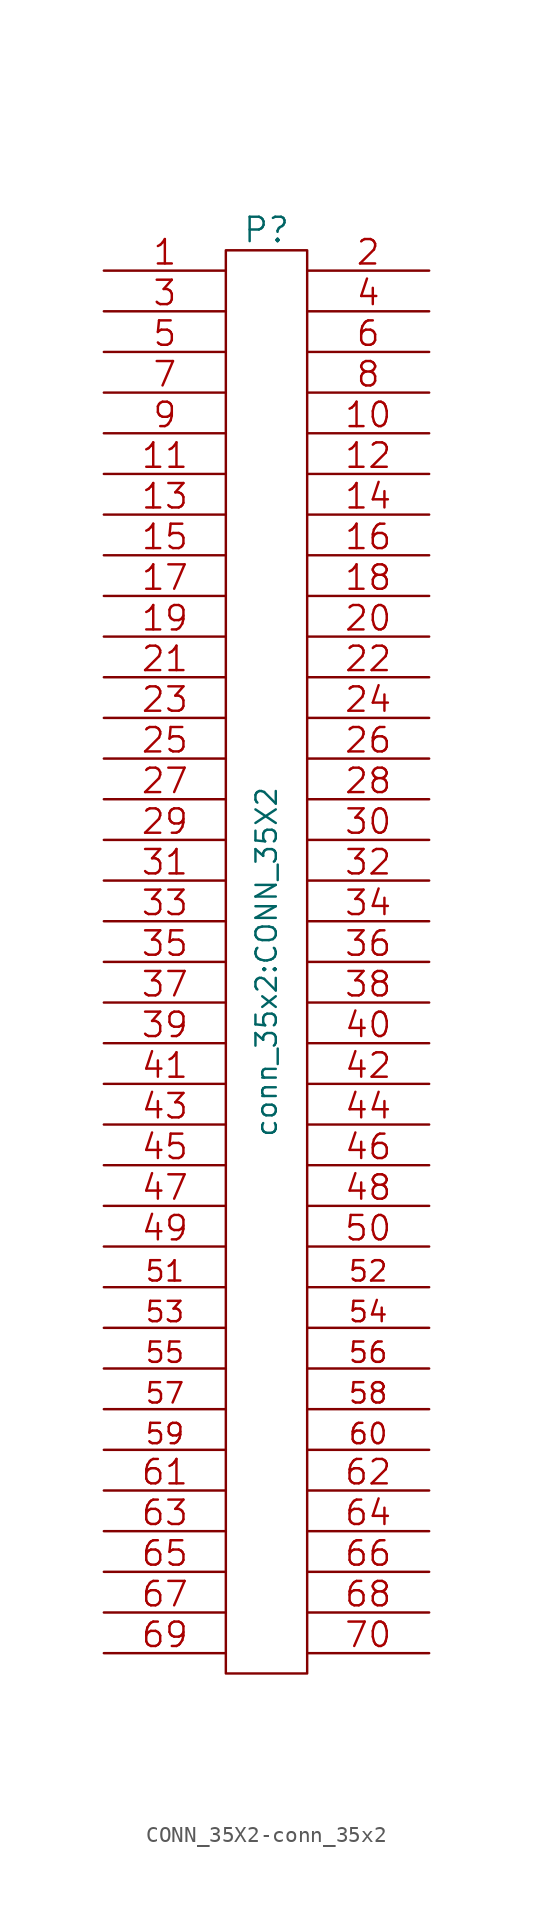
<source format=kicad_sym>
(kicad_symbol_lib
  (version 20241209)
  (generator "kicad_symbol_editor")
  (generator_version "9.0")
  (symbol "CONN_35X2-conn_35x2"
    (pin_names
      (offset 0.254)
      (hide yes))
    (property "Reference" "P"
      (at 0 45.72 0)
      (effects (font (size 1.524 1.524))))
    (property "Value" "conn_35x2:CONN_35X2"
      (at 0 0 90)
      (effects (font (size 1.27 1.27))))
    (property "Footprint" ""
      (at 0 6.35 0)
      (effects (font (size 1.524 1.524))))
    (property "Datasheet" ""
      (at 0 6.35 0)
      (effects (font (size 1.524 1.524))))
    (symbol "CONN_35X2-conn_35x2_0_1"
      (rectangle (start -2.54 -44.45) (end 2.54 44.45) (stroke (width 0) (type solid)) (fill (type none))))
    (symbol "CONN_35X2-conn_35x2_1_1"
      (pin passive line (at -10.16 43.18 0) (length 7.62) (name "P1" (effects (font (size 0.762 0.762)))) (number "1" (effects (font (size 1.524 1.524)))))
      (pin passive line (at -10.16 40.64 0) (length 7.62) (name "P3" (effects (font (size 0.762 0.762)))) (number "3" (effects (font (size 1.524 1.524)))))
      (pin passive line (at -10.16 38.1 0) (length 7.62) (name "P5" (effects (font (size 0.762 0.762)))) (number "5" (effects (font (size 1.524 1.524)))))
      (pin passive line (at -10.16 35.56 0) (length 7.62) (name "P7" (effects (font (size 0.762 0.762)))) (number "7" (effects (font (size 1.524 1.524)))))
      (pin passive line (at -10.16 33.02 0) (length 7.62) (name "P9" (effects (font (size 0.762 0.762)))) (number "9" (effects (font (size 1.524 1.524)))))
      (pin passive line (at -10.16 30.48 0) (length 7.62) (name "P11" (effects (font (size 0.762 0.762)))) (number "11" (effects (font (size 1.524 1.524)))))
      (pin passive line (at -10.16 27.94 0) (length 7.62) (name "P13" (effects (font (size 0.762 0.762)))) (number "13" (effects (font (size 1.524 1.524)))))
      (pin passive line (at -10.16 25.4 0) (length 7.62) (name "P15" (effects (font (size 0.762 0.762)))) (number "15" (effects (font (size 1.524 1.524)))))
      (pin passive line (at -10.16 22.86 0) (length 7.62) (name "P17" (effects (font (size 0.762 0.762)))) (number "17" (effects (font (size 1.524 1.524)))))
      (pin passive line (at -10.16 20.32 0) (length 7.62) (name "P19" (effects (font (size 0.762 0.762)))) (number "19" (effects (font (size 1.524 1.524)))))
      (pin passive line (at -10.16 17.78 0) (length 7.62) (name "P21" (effects (font (size 0.762 0.762)))) (number "21" (effects (font (size 1.524 1.524)))))
      (pin passive line (at -10.16 15.24 0) (length 7.62) (name "P23" (effects (font (size 0.762 0.762)))) (number "23" (effects (font (size 1.524 1.524)))))
      (pin passive line (at -10.16 12.7 0) (length 7.62) (name "~" (effects (font (size 0.762 0.762)))) (number "25" (effects (font (size 1.524 1.524)))))
      (pin passive line (at -10.16 10.16 0) (length 7.62) (name "P27" (effects (font (size 0.762 0.762)))) (number "27" (effects (font (size 1.524 1.524)))))
      (pin passive line (at -10.16 7.62 0) (length 7.62) (name "P29" (effects (font (size 0.762 0.762)))) (number "29" (effects (font (size 1.524 1.524)))))
      (pin passive line (at -10.16 5.08 0) (length 7.62) (name "P31" (effects (font (size 0.762 0.762)))) (number "31" (effects (font (size 1.524 1.524)))))
      (pin passive line (at -10.16 2.54 0) (length 7.62) (name "P33" (effects (font (size 0.762 0.762)))) (number "33" (effects (font (size 1.524 1.524)))))
      (pin passive line (at -10.16 0 0) (length 7.62) (name "P35" (effects (font (size 0.762 0.762)))) (number "35" (effects (font (size 1.524 1.524)))))
      (pin passive line (at -10.16 -2.54 0) (length 7.62) (name "P37" (effects (font (size 0.762 0.762)))) (number "37" (effects (font (size 1.524 1.524)))))
      (pin passive line (at -10.16 -5.08 0) (length 7.62) (name "P39" (effects (font (size 0.762 0.762)))) (number "39" (effects (font (size 1.524 1.524)))))
      (pin passive line (at -10.16 -7.62 0) (length 7.62) (name "P41" (effects (font (size 0.762 0.762)))) (number "41" (effects (font (size 1.524 1.524)))))
      (pin passive line (at -10.16 -10.16 0) (length 7.62) (name "P43" (effects (font (size 0.762 0.762)))) (number "43" (effects (font (size 1.524 1.524)))))
      (pin passive line (at -10.16 -12.7 0) (length 7.62) (name "P45" (effects (font (size 0.762 0.762)))) (number "45" (effects (font (size 1.524 1.524)))))
      (pin passive line (at -10.16 -15.24 0) (length 7.62) (name "P47" (effects (font (size 0.762 0.762)))) (number "47" (effects (font (size 1.524 1.524)))))
      (pin passive line (at -10.16 -17.78 0) (length 7.62) (name "P49" (effects (font (size 0.762 0.762)))) (number "49" (effects (font (size 1.524 1.524)))))
      (pin passive line (at -10.16 -20.32 0) (length 7.62) (name "P51" (effects (font (size 1.27 1.27)))) (number "51" (effects (font (size 1.27 1.27)))))
      (pin passive line (at -10.16 -22.86 0) (length 7.62) (name "P53" (effects (font (size 1.27 1.27)))) (number "53" (effects (font (size 1.27 1.27)))))
      (pin passive line (at -10.16 -25.4 0) (length 7.62) (name "P55" (effects (font (size 1.27 1.27)))) (number "55" (effects (font (size 1.27 1.27)))))
      (pin passive line (at -10.16 -27.94 0) (length 7.62) (name "P57" (effects (font (size 1.27 1.27)))) (number "57" (effects (font (size 1.27 1.27)))))
      (pin passive line (at -10.16 -30.48 0) (length 7.62) (name "P59" (effects (font (size 1.27 1.27)))) (number "59" (effects (font (size 1.27 1.27)))))
      (pin passive line (at -10.16 -33.02 0) (length 7.62) (name "P61" (effects (font (size 0.762 0.762)))) (number "61" (effects (font (size 1.524 1.524)))))
      (pin passive line (at -10.16 -35.56 0) (length 7.62) (name "P63" (effects (font (size 0.762 0.762)))) (number "63" (effects (font (size 1.524 1.524)))))
      (pin passive line (at -10.16 -38.1 0) (length 7.62) (name "P65" (effects (font (size 0.762 0.762)))) (number "65" (effects (font (size 1.524 1.524)))))
      (pin passive line (at -10.16 -40.64 0) (length 7.62) (name "P67" (effects (font (size 0.762 0.762)))) (number "67" (effects (font (size 1.524 1.524)))))
      (pin passive line (at -10.16 -43.18 0) (length 7.62) (name "P69" (effects (font (size 0.762 0.762)))) (number "69" (effects (font (size 1.524 1.524)))))
      (pin passive line (at 10.16 43.18 180) (length 7.62) (name "P2" (effects (font (size 0.762 0.762)))) (number "2" (effects (font (size 1.524 1.524)))))
      (pin passive line (at 10.16 40.64 180) (length 7.62) (name "P4" (effects (font (size 0.762 0.762)))) (number "4" (effects (font (size 1.524 1.524)))))
      (pin passive line (at 10.16 38.1 180) (length 7.62) (name "P6" (effects (font (size 0.762 0.762)))) (number "6" (effects (font (size 1.524 1.524)))))
      (pin passive line (at 10.16 35.56 180) (length 7.62) (name "P8" (effects (font (size 0.762 0.762)))) (number "8" (effects (font (size 1.524 1.524)))))
      (pin passive line (at 10.16 33.02 180) (length 7.62) (name "P10" (effects (font (size 0.762 0.762)))) (number "10" (effects (font (size 1.524 1.524)))))
      (pin passive line (at 10.16 30.48 180) (length 7.62) (name "P12" (effects (font (size 0.762 0.762)))) (number "12" (effects (font (size 1.524 1.524)))))
      (pin passive line (at 10.16 27.94 180) (length 7.62) (name "P14" (effects (font (size 0.762 0.762)))) (number "14" (effects (font (size 1.524 1.524)))))
      (pin passive line (at 10.16 25.4 180) (length 7.62) (name "P16" (effects (font (size 0.762 0.762)))) (number "16" (effects (font (size 1.524 1.524)))))
      (pin passive line (at 10.16 22.86 180) (length 7.62) (name "P18" (effects (font (size 0.762 0.762)))) (number "18" (effects (font (size 1.524 1.524)))))
      (pin passive line (at 10.16 20.32 180) (length 7.62) (name "P20" (effects (font (size 0.762 0.762)))) (number "20" (effects (font (size 1.524 1.524)))))
      (pin passive line (at 10.16 17.78 180) (length 7.62) (name "P22" (effects (font (size 0.762 0.762)))) (number "22" (effects (font (size 1.524 1.524)))))
      (pin passive line (at 10.16 15.24 180) (length 7.62) (name "P24" (effects (font (size 0.762 0.762)))) (number "24" (effects (font (size 1.524 1.524)))))
      (pin passive line (at 10.16 12.7 180) (length 7.62) (name "P26" (effects (font (size 0.762 0.762)))) (number "26" (effects (font (size 1.524 1.524)))))
      (pin passive line (at 10.16 10.16 180) (length 7.62) (name "P28" (effects (font (size 0.762 0.762)))) (number "28" (effects (font (size 1.524 1.524)))))
      (pin passive line (at 10.16 7.62 180) (length 7.62) (name "P30" (effects (font (size 0.762 0.762)))) (number "30" (effects (font (size 1.524 1.524)))))
      (pin passive line (at 10.16 5.08 180) (length 7.62) (name "P32" (effects (font (size 0.762 0.762)))) (number "32" (effects (font (size 1.524 1.524)))))
      (pin passive line (at 10.16 2.54 180) (length 7.62) (name "P34" (effects (font (size 0.762 0.762)))) (number "34" (effects (font (size 1.524 1.524)))))
      (pin passive line (at 10.16 0 180) (length 7.62) (name "P36" (effects (font (size 0.762 0.762)))) (number "36" (effects (font (size 1.524 1.524)))))
      (pin passive line (at 10.16 -2.54 180) (length 7.62) (name "P38" (effects (font (size 0.762 0.762)))) (number "38" (effects (font (size 1.524 1.524)))))
      (pin passive line (at 10.16 -5.08 180) (length 7.62) (name "P40" (effects (font (size 0.762 0.762)))) (number "40" (effects (font (size 1.524 1.524)))))
      (pin passive line (at 10.16 -7.62 180) (length 7.62) (name "P42" (effects (font (size 0.762 0.762)))) (number "42" (effects (font (size 1.524 1.524)))))
      (pin passive line (at 10.16 -10.16 180) (length 7.62) (name "P44" (effects (font (size 0.762 0.762)))) (number "44" (effects (font (size 1.524 1.524)))))
      (pin passive line (at 10.16 -12.7 180) (length 7.62) (name "P46" (effects (font (size 0.762 0.762)))) (number "46" (effects (font (size 1.524 1.524)))))
      (pin passive line (at 10.16 -15.24 180) (length 7.62) (name "P48" (effects (font (size 0.762 0.762)))) (number "48" (effects (font (size 1.524 1.524)))))
      (pin passive line (at 10.16 -17.78 180) (length 7.62) (name "P50" (effects (font (size 0.762 0.762)))) (number "50" (effects (font (size 1.524 1.524)))))
      (pin passive line (at 10.16 -20.32 180) (length 7.62) (name "P52" (effects (font (size 1.27 1.27)))) (number "52" (effects (font (size 1.27 1.27)))))
      (pin passive line (at 10.16 -22.86 180) (length 7.62) (name "P54" (effects (font (size 1.27 1.27)))) (number "54" (effects (font (size 1.27 1.27)))))
      (pin passive line (at 10.16 -25.4 180) (length 7.62) (name "P56" (effects (font (size 1.27 1.27)))) (number "56" (effects (font (size 1.27 1.27)))))
      (pin passive line (at 10.16 -27.94 180) (length 7.62) (name "P58" (effects (font (size 1.27 1.27)))) (number "58" (effects (font (size 1.27 1.27)))))
      (pin passive line (at 10.16 -30.48 180) (length 7.62) (name "P60" (effects (font (size 1.27 1.27)))) (number "60" (effects (font (size 1.27 1.27)))))
      (pin passive line (at 10.16 -33.02 180) (length 7.62) (name "P62" (effects (font (size 0.762 0.762)))) (number "62" (effects (font (size 1.524 1.524)))))
      (pin passive line (at 10.16 -35.56 180) (length 7.62) (name "P64" (effects (font (size 0.762 0.762)))) (number "64" (effects (font (size 1.524 1.524)))))
      (pin passive line (at 10.16 -38.1 180) (length 7.62) (name "P66" (effects (font (size 0.762 0.762)))) (number "66" (effects (font (size 1.524 1.524)))))
      (pin passive line (at 10.16 -40.64 180) (length 7.62) (name "P68" (effects (font (size 0.762 0.762)))) (number "68" (effects (font (size 1.524 1.524)))))
      (pin passive line (at 10.16 -43.18 180) (length 7.62) (name "P70" (effects (font (size 0.762 0.762)))) (number "70" (effects (font (size 1.524 1.524))))))))
</source>
